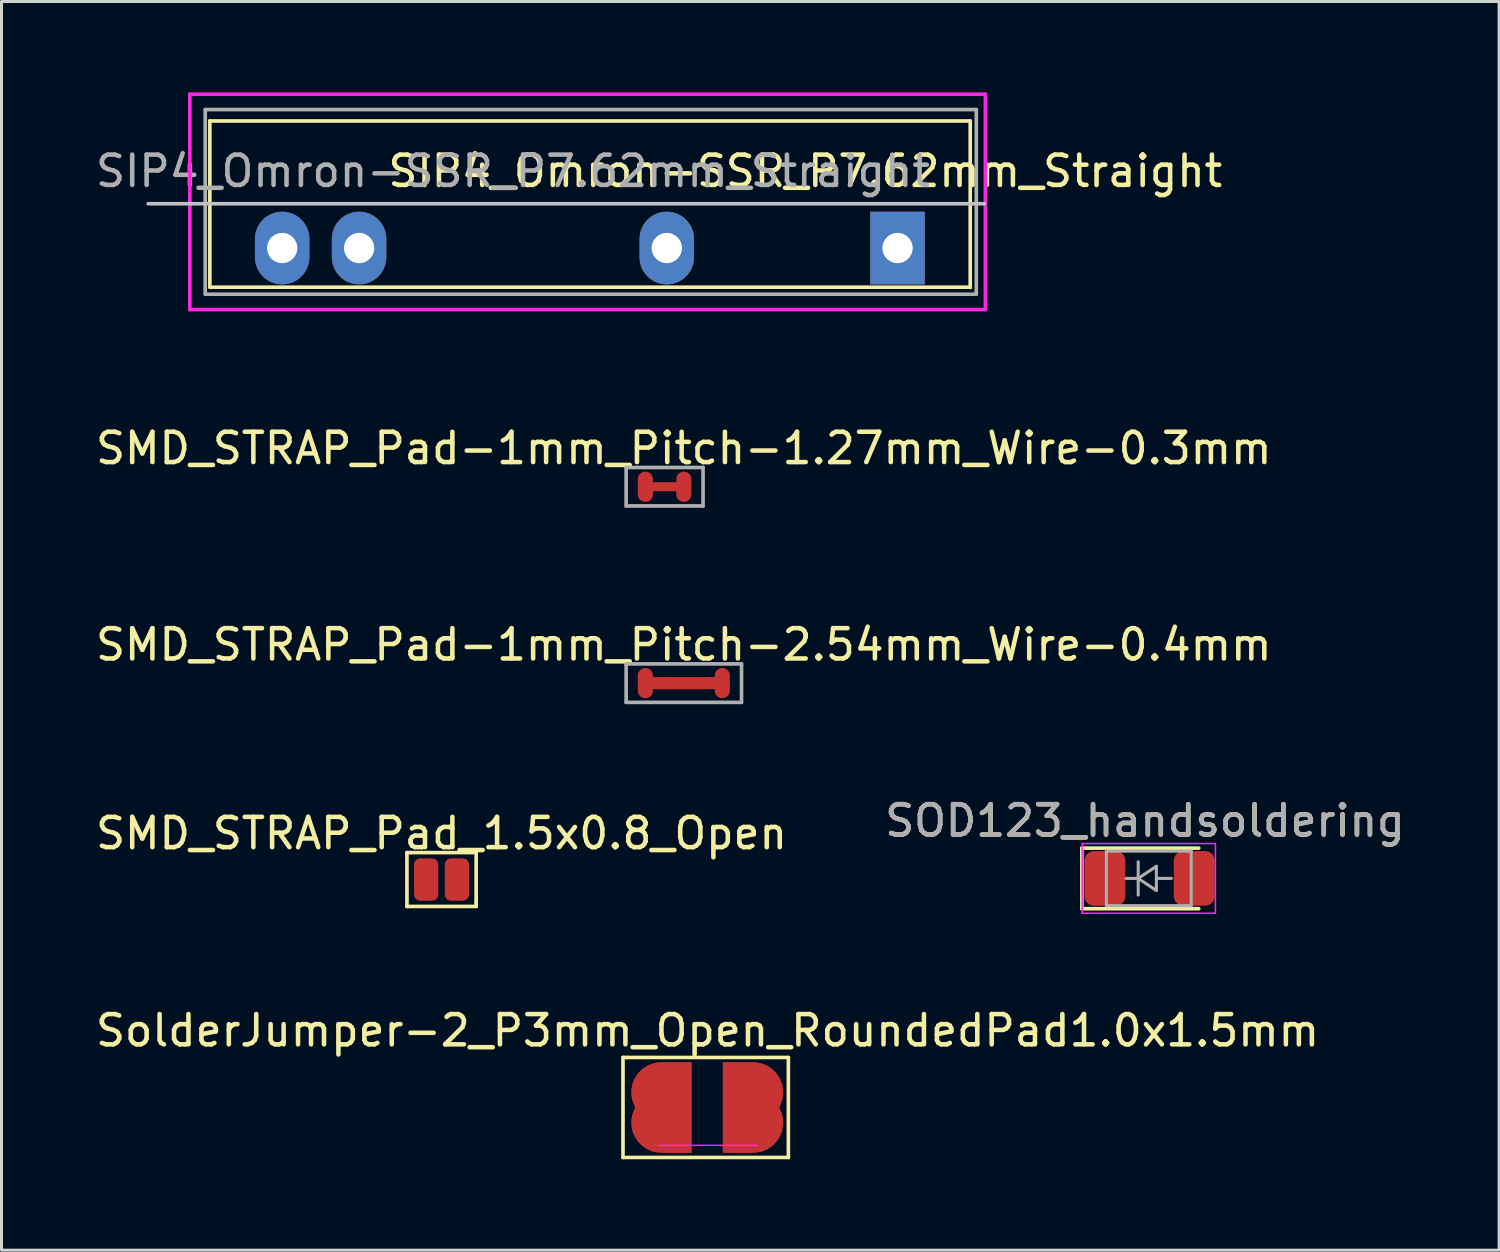
<source format=kicad_pcb>
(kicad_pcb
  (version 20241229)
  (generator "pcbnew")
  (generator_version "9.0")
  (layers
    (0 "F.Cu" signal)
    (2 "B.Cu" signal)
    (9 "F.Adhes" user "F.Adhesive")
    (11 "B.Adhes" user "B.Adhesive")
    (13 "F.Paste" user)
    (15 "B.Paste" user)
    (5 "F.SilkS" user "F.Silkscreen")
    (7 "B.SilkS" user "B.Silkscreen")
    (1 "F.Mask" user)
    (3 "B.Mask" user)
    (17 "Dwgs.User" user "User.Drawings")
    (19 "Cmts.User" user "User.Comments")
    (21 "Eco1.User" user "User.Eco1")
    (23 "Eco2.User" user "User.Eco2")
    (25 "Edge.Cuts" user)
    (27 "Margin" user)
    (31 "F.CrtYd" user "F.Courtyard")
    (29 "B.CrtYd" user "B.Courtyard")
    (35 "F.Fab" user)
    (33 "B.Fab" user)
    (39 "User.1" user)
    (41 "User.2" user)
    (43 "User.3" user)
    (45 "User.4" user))
  (footprint "SMD_STRAP_Pad_1.5x0.8_Open"
    (layer "F.Cu")
    (at 13.562 23.452)
    (property "Reference" "SMD_STRAP_Pad_1.5x0.8_Open" (at -2.032 1.016 0) (layer "F.SilkS") (effects (font (size 1 1) (thickness 0.15))))
    (attr through_hole)
    (fp_line (start -3.175 1.651) (end -3.048 1.651) (stroke (width 0.12) (type solid)) (layer "F.SilkS"))
    (fp_line (start -3.175 3.429) (end -3.175 1.651) (stroke (width 0.12) (type solid)) (layer "F.SilkS"))
    (fp_line (start -3.048 1.651) (end -0.889 1.651) (stroke (width 0.12) (type solid)) (layer "F.SilkS"))
    (fp_line (start -0.889 1.651) (end -0.889 3.302) (stroke (width 0.12) (type solid)) (layer "F.SilkS"))
    (fp_line (start -0.889 3.302) (end -0.889 3.429) (stroke (width 0.12) (type solid)) (layer "F.SilkS"))
    (fp_line (start -0.889 3.429) (end -3.175 3.429) (stroke (width 0.12) (type solid)) (layer "F.SilkS"))
    (pad "1" smd roundrect (at -2.54 2.54) (size 0.8 1.4) (layers "F.Cu" "F.Mask" "F.Paste") (roundrect_rratio 0.25))
    (pad "2" smd roundrect (at -1.524 2.54) (size 0.8 1.4) (layers "F.Cu" "F.Mask" "F.Paste") (roundrect_rratio 0.25)))
  (footprint "SOD123_handsoldering"
    (layer "F.Cu")
    (at 34.883 25.955)
    (property "Reference" "SOD123_handsoldering" (at -0.127 -1.905 0) (layer "F.SilkS") (effects (font (size 1 1) (thickness 0.15))))
    (attr smd)
    (fp_line (start -2.21 -1) (end -2.21 1) (stroke (width 0.12) (type solid)) (layer "F.SilkS"))
    (fp_line (start -2.21 -1) (end 1.65 -1) (stroke (width 0.12) (type solid)) (layer "F.SilkS"))
    (fp_line (start -2.21 1) (end 1.65 1) (stroke (width 0.12) (type solid)) (layer "F.SilkS"))
    (fp_line (start -2.2 -1.15) (end -2.2 1.15) (stroke (width 0.05) (type solid)) (layer "F.CrtYd"))
    (fp_line (start -2.2 -1.15) (end 2.2 -1.15) (stroke (width 0.05) (type solid)) (layer "F.CrtYd"))
    (fp_line (start 2.2 -1.15) (end 2.2 1.15) (stroke (width 0.05) (type solid)) (layer "F.CrtYd"))
    (fp_line (start 2.2 1.15) (end -2.2 1.15) (stroke (width 0.05) (type solid)) (layer "F.CrtYd"))
    (fp_line (start -1.4 -0.9) (end 1.4 -0.9) (stroke (width 0.1) (type solid)) (layer "F.Fab"))
    (fp_line (start -1.4 0.9) (end -1.4 -0.9) (stroke (width 0.1) (type solid)) (layer "F.Fab"))
    (fp_line (start -0.75 0) (end -0.35 0) (stroke (width 0.1) (type solid)) (layer "F.Fab"))
    (fp_line (start -0.35 0) (end -0.35 -0.55) (stroke (width 0.1) (type solid)) (layer "F.Fab"))
    (fp_line (start -0.35 0) (end -0.35 0.55) (stroke (width 0.1) (type solid)) (layer "F.Fab"))
    (fp_line (start -0.35 0) (end 0.25 -0.4) (stroke (width 0.1) (type solid)) (layer "F.Fab"))
    (fp_line (start 0.25 -0.4) (end 0.25 0.4) (stroke (width 0.1) (type solid)) (layer "F.Fab"))
    (fp_line (start 0.25 0) (end 0.75 0) (stroke (width 0.1) (type solid)) (layer "F.Fab"))
    (fp_line (start 0.25 0.4) (end -0.35 0) (stroke (width 0.1) (type solid)) (layer "F.Fab"))
    (fp_line (start 1.4 -0.9) (end 1.4 0.9) (stroke (width 0.1) (type solid)) (layer "F.Fab"))
    (fp_line (start 1.4 0.9) (end -1.4 0.9) (stroke (width 0.1) (type solid)) (layer "F.Fab"))
    (fp_text user "${REFERENCE}" (at -0.127 -1.905 0) (layer "F.Fab") (effects (font (size 1 1) (thickness 0.15))))
    (pad "1" smd roundrect (at -1.45 0) (size 1.35 1.8) (layers "F.Cu" "F.Mask" "F.Paste") (roundrect_rratio 0.227))
    (pad "2" smd roundrect (at 1.5 0) (size 1.35 1.8) (layers "F.Cu" "F.Mask" "F.Paste") (roundrect_rratio 0.227)))
  (footprint "SMD_STRAP_Pad-1mm_Pitch-2.54mm_Wire-0.4mm"
    (layer "F.Cu")
    (at 23.34 16.967)
    (property "Reference" "SMD_STRAP_Pad-1mm_Pitch-2.54mm_Wire-0.4mm" (at -3.81 1.27 0) (layer "F.SilkS") (effects (font (size 1 1) (thickness 0.15))))
    (attr through_hole)
    (fp_line (start -5.08 2.54) (end -2.54 2.54) (stroke (width 0.4) (type solid)) (layer "F.Cu"))
    (fp_line (start -5.715 1.905) (end -1.905 1.905) (stroke (width 0.12) (type solid)) (layer "F.Fab"))
    (fp_line (start -5.715 3.175) (end -5.715 1.905) (stroke (width 0.12) (type solid)) (layer "F.Fab"))
    (fp_line (start -1.905 1.905) (end -1.905 3.175) (stroke (width 0.12) (type solid)) (layer "F.Fab"))
    (fp_line (start -1.905 3.175) (end -5.715 3.175) (stroke (width 0.12) (type solid)) (layer "F.Fab"))
    (pad "1" smd oval (at -5.08 2.54) (size 0.5 1) (layers "F.Cu" "F.Mask" "F.Paste"))
    (pad "2" smd oval (at -2.54 2.54) (size 0.5 1) (layers "F.Cu" "F.Mask" "F.Paste")))
  (footprint "SolderJumper-2_P3mm_Open_RoundedPad1.0x1.5mm"
    (layer "F.Cu")
    (at 20.315 33.519)
    (property "Reference" "SolderJumper-2_P3mm_Open_RoundedPad1.0x1.5mm" (at 0 -2.54 0) (layer "F.SilkS") (effects (font (size 1 1) (thickness 0.15))))
    (attr exclude_from_pos_files exclude_from_bom)
    (fp_line (start -2.794 -1.651) (end -2.667 -1.651) (stroke (width 0.12) (type solid)) (layer "F.SilkS"))
    (fp_line (start -2.794 1.651) (end -2.794 -1.651) (stroke (width 0.12) (type solid)) (layer "F.SilkS"))
    (fp_line (start -2.667 -1.651) (end 2.667 -1.651) (stroke (width 0.12) (type solid)) (layer "F.SilkS"))
    (fp_line (start 2.667 -1.651) (end 2.667 1.651) (stroke (width 0.12) (type solid)) (layer "F.SilkS"))
    (fp_line (start 2.667 1.651) (end -2.794 1.651) (stroke (width 0.12) (type solid)) (layer "F.SilkS"))
    (fp_line (start 1.65 1.25) (end -1.65 1.25) (stroke (width 0.05) (type solid)) (layer "F.CrtYd"))
    (pad "1" smd custom (at -1.524 0 180) (size 1 2) (layers "F.Cu" "F.Mask") (options (anchor rect)) (primitives (gr_circle (center 0 0.5) (end 1 0.5) (width 0) (fill yes)) (gr_circle (center 0 -0.5) (end 1 -0.5) (width 0) (fill yes)) (gr_poly (pts (xy 0 -1.5) (xy -1 -1.5) (xy -1 1.5) (xy 0 1.5)) (width 0) (fill yes))))
    (pad "2" smd custom (at 1.5 0) (size 1 2) (layers "F.Cu" "F.Mask") (options (anchor rect)) (primitives (gr_circle (center 0 0.5) (end 1 0.5) (width 0) (fill yes)) (gr_circle (center 0 -0.5) (end 1 -0.5) (width 0) (fill yes)) (gr_poly (pts (xy 0 -1.5) (xy -1 -1.5) (xy -1 1.5) (xy 0 1.5)) (width 0) (fill yes)))))
  (footprint "SMD_STRAP_Pad-1mm_Pitch-1.27mm_Wire-0.3mm"
    (layer "F.Cu")
    (at 23.34 10.482)
    (property "Reference" "SMD_STRAP_Pad-1mm_Pitch-1.27mm_Wire-0.3mm" (at -3.81 1.27 0) (layer "F.SilkS") (effects (font (size 1 1) (thickness 0.15))))
    (attr through_hole)
    (fp_line (start -5.08 2.54) (end -3.81 2.54) (stroke (width 0.3) (type solid)) (layer "F.Cu"))
    (fp_line (start -5.715 1.905) (end -3.175 1.905) (stroke (width 0.12) (type solid)) (layer "F.Fab"))
    (fp_line (start -5.715 3.175) (end -5.715 1.905) (stroke (width 0.12) (type solid)) (layer "F.Fab"))
    (fp_line (start -3.175 1.905) (end -3.175 3.175) (stroke (width 0.12) (type solid)) (layer "F.Fab"))
    (fp_line (start -3.175 3.175) (end -5.715 3.175) (stroke (width 0.12) (type solid)) (layer "F.Fab"))
    (pad "1" smd oval (at -5.08 2.54) (size 0.5 1) (layers "F.Cu" "F.Mask" "F.Paste"))
    (pad "2" smd oval (at -3.81 2.54) (size 0.5 1) (layers "F.Cu" "F.Mask" "F.Paste")))
  (footprint "SIP4_Omron-SSR_P7.62mm_Straight"
    (layer "F.Cu")
    (at 26.587 2.6)
    (property "Reference" "SIP4_Omron-SSR_P7.62mm_Straight" (at -3.048 0 0) (layer "F.SilkS") (effects (font (size 1 1) (thickness 0.15))))
    (attr through_hole)
    (fp_line (start -22.708 -1.656) (end -22.708 3.833) (stroke (width 0.12) (type solid)) (layer "F.SilkS"))
    (fp_line (start -22.708 3.833) (end 2.4 3.833) (stroke (width 0.12) (type solid)) (layer "F.SilkS"))
    (fp_line (start 2.4 -1.656) (end -22.708 -1.656) (stroke (width 0.12) (type solid)) (layer "F.SilkS"))
    (fp_line (start 2.4 3.843) (end 2.4 -1.656) (stroke (width 0.12) (type solid)) (layer "F.SilkS"))
    (fp_line (start 2.868 1.077) (end -24.745 1.077) (stroke (width 0.12) (type solid)) (layer "Dwgs.User"))
    (fp_line (start -23.368 -2.54) (end 2.9 -2.54) (stroke (width 0.12) (type solid)) (layer "F.CrtYd"))
    (fp_line (start -23.368 4.572) (end -23.368 -2.54) (stroke (width 0.12) (type solid)) (layer "F.CrtYd"))
    (fp_line (start 2.9 -2.54) (end 2.9 4.572) (stroke (width 0.12) (type solid)) (layer "F.CrtYd"))
    (fp_line (start 2.9 4.572) (end -23.368 4.572) (stroke (width 0.12) (type solid)) (layer "F.CrtYd"))
    (fp_line (start -22.86 -2.032) (end 2.6 -2.032) (stroke (width 0.12) (type solid)) (layer "F.Fab"))
    (fp_line (start -22.86 4.064) (end -22.86 -2.032) (stroke (width 0.12) (type solid)) (layer "F.Fab"))
    (fp_line (start 2.6 -2.032) (end 2.6 4.064) (stroke (width 0.12) (type solid)) (layer "F.Fab"))
    (fp_line (start 2.6 4.064) (end -22.86 4.064) (stroke (width 0.12) (type solid)) (layer "F.Fab"))
    (fp_text user "${REFERENCE}" (at -12.7 0 0) (layer "F.Fab") (effects (font (size 1 1) (thickness 0.15))))
    (pad "1" thru_hole rect (at 0 2.54) (size 1.8 2.4) (drill 1) (layers "*.Cu" "*.Mask"))
    (pad "2" thru_hole oval (at -7.62 2.54) (size 1.8 2.4) (drill 1) (layers "*.Cu" "*.Mask"))
    (pad "3" thru_hole oval (at -17.78 2.54) (size 1.8 2.4) (drill 1) (layers "*.Cu" "*.Mask"))
    (pad "4" thru_hole oval (at -20.32 2.54) (size 1.8 2.4) (drill 1) (layers "*.Cu" "*.Mask")))
  (gr_rect
    (start -3 -3)
    (end 46.452 38.23)
    (stroke (width 0.1) (type default))
    (fill no)
    (layer "Edge.Cuts")))
</source>
